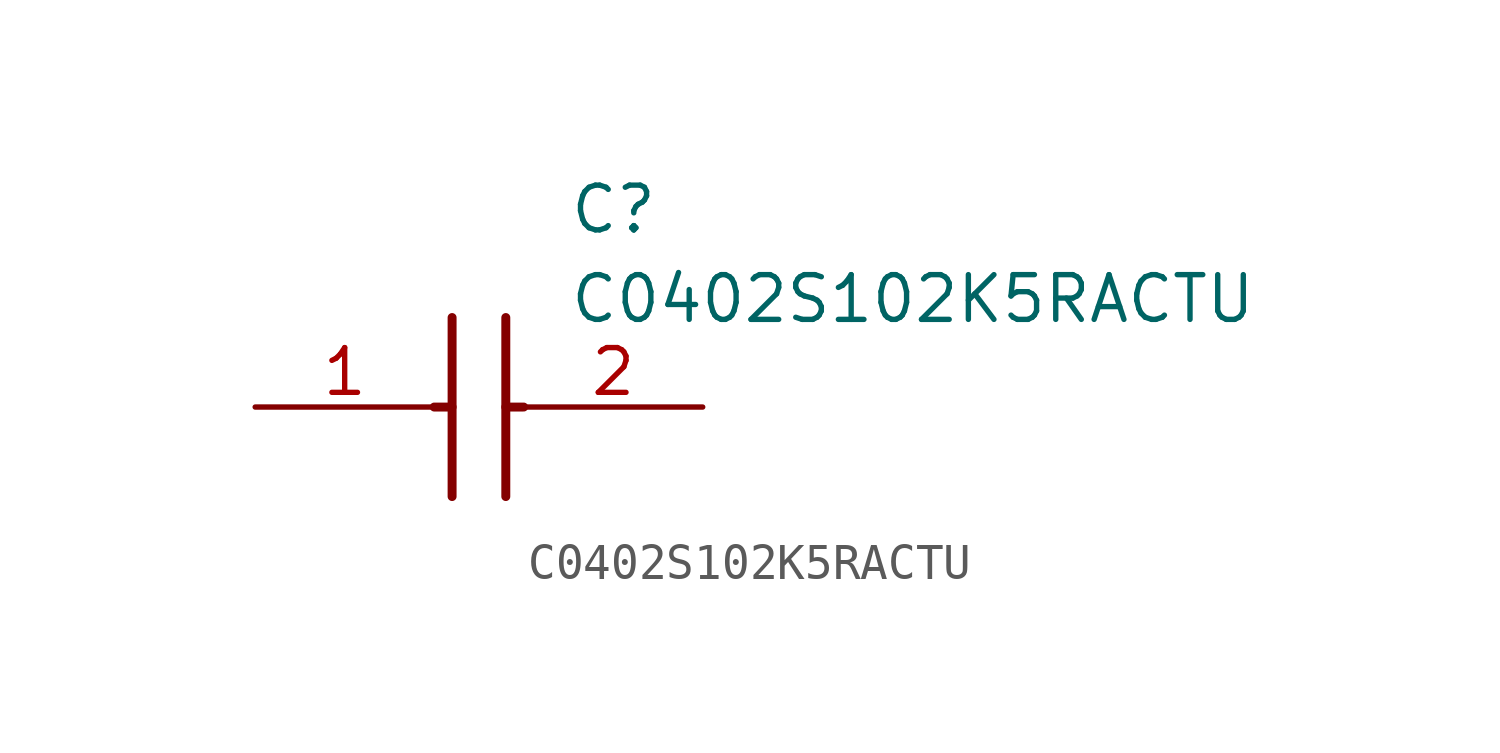
<source format=kicad_sym>
(kicad_symbol_lib
  (version 20211014)
  (generator SamacSys_ECAD_Model)
  (symbol "C0402S102K5RACTU"
    (pin_names hide)
    (property "Reference" "C"
      (at 8.89 6.35 0)
      (effects (font (size 1.27 1.27)) (justify left top)))
    (property "Value" "C0402S102K5RACTU"
      (at 8.89 3.81 0)
      (effects (font (size 1.27 1.27)) (justify left top)))
    (polyline
      (pts (xy 5.588 2.54) (xy 5.588 -2.54))
      (stroke (width 0.254) (type default))
      (fill (type none)))
    (polyline
      (pts (xy 7.112 2.54) (xy 7.112 -2.54))
      (stroke (width 0.254) (type default))
      (fill (type none)))
    (polyline
      (pts (xy 5.08 0) (xy 5.588 0))
      (stroke (width 0.254) (type default))
      (fill (type none)))
    (polyline
      (pts (xy 7.112 0) (xy 7.62 0))
      (stroke (width 0.254) (type default))
      (fill (type none)))
    (pin passive line
      (at 0 0 0)
      (length 5.08)
      (name "1" (effects (font (size 1.27 1.27))))
      (number "1" (effects (font (size 1.27 1.27)))))
    (pin passive line
      (at 12.7 0 180)
      (length 5.08)
      (name "2" (effects (font (size 1.27 1.27))))
      (number "2" (effects (font (size 1.27 1.27)))))))
</source>
